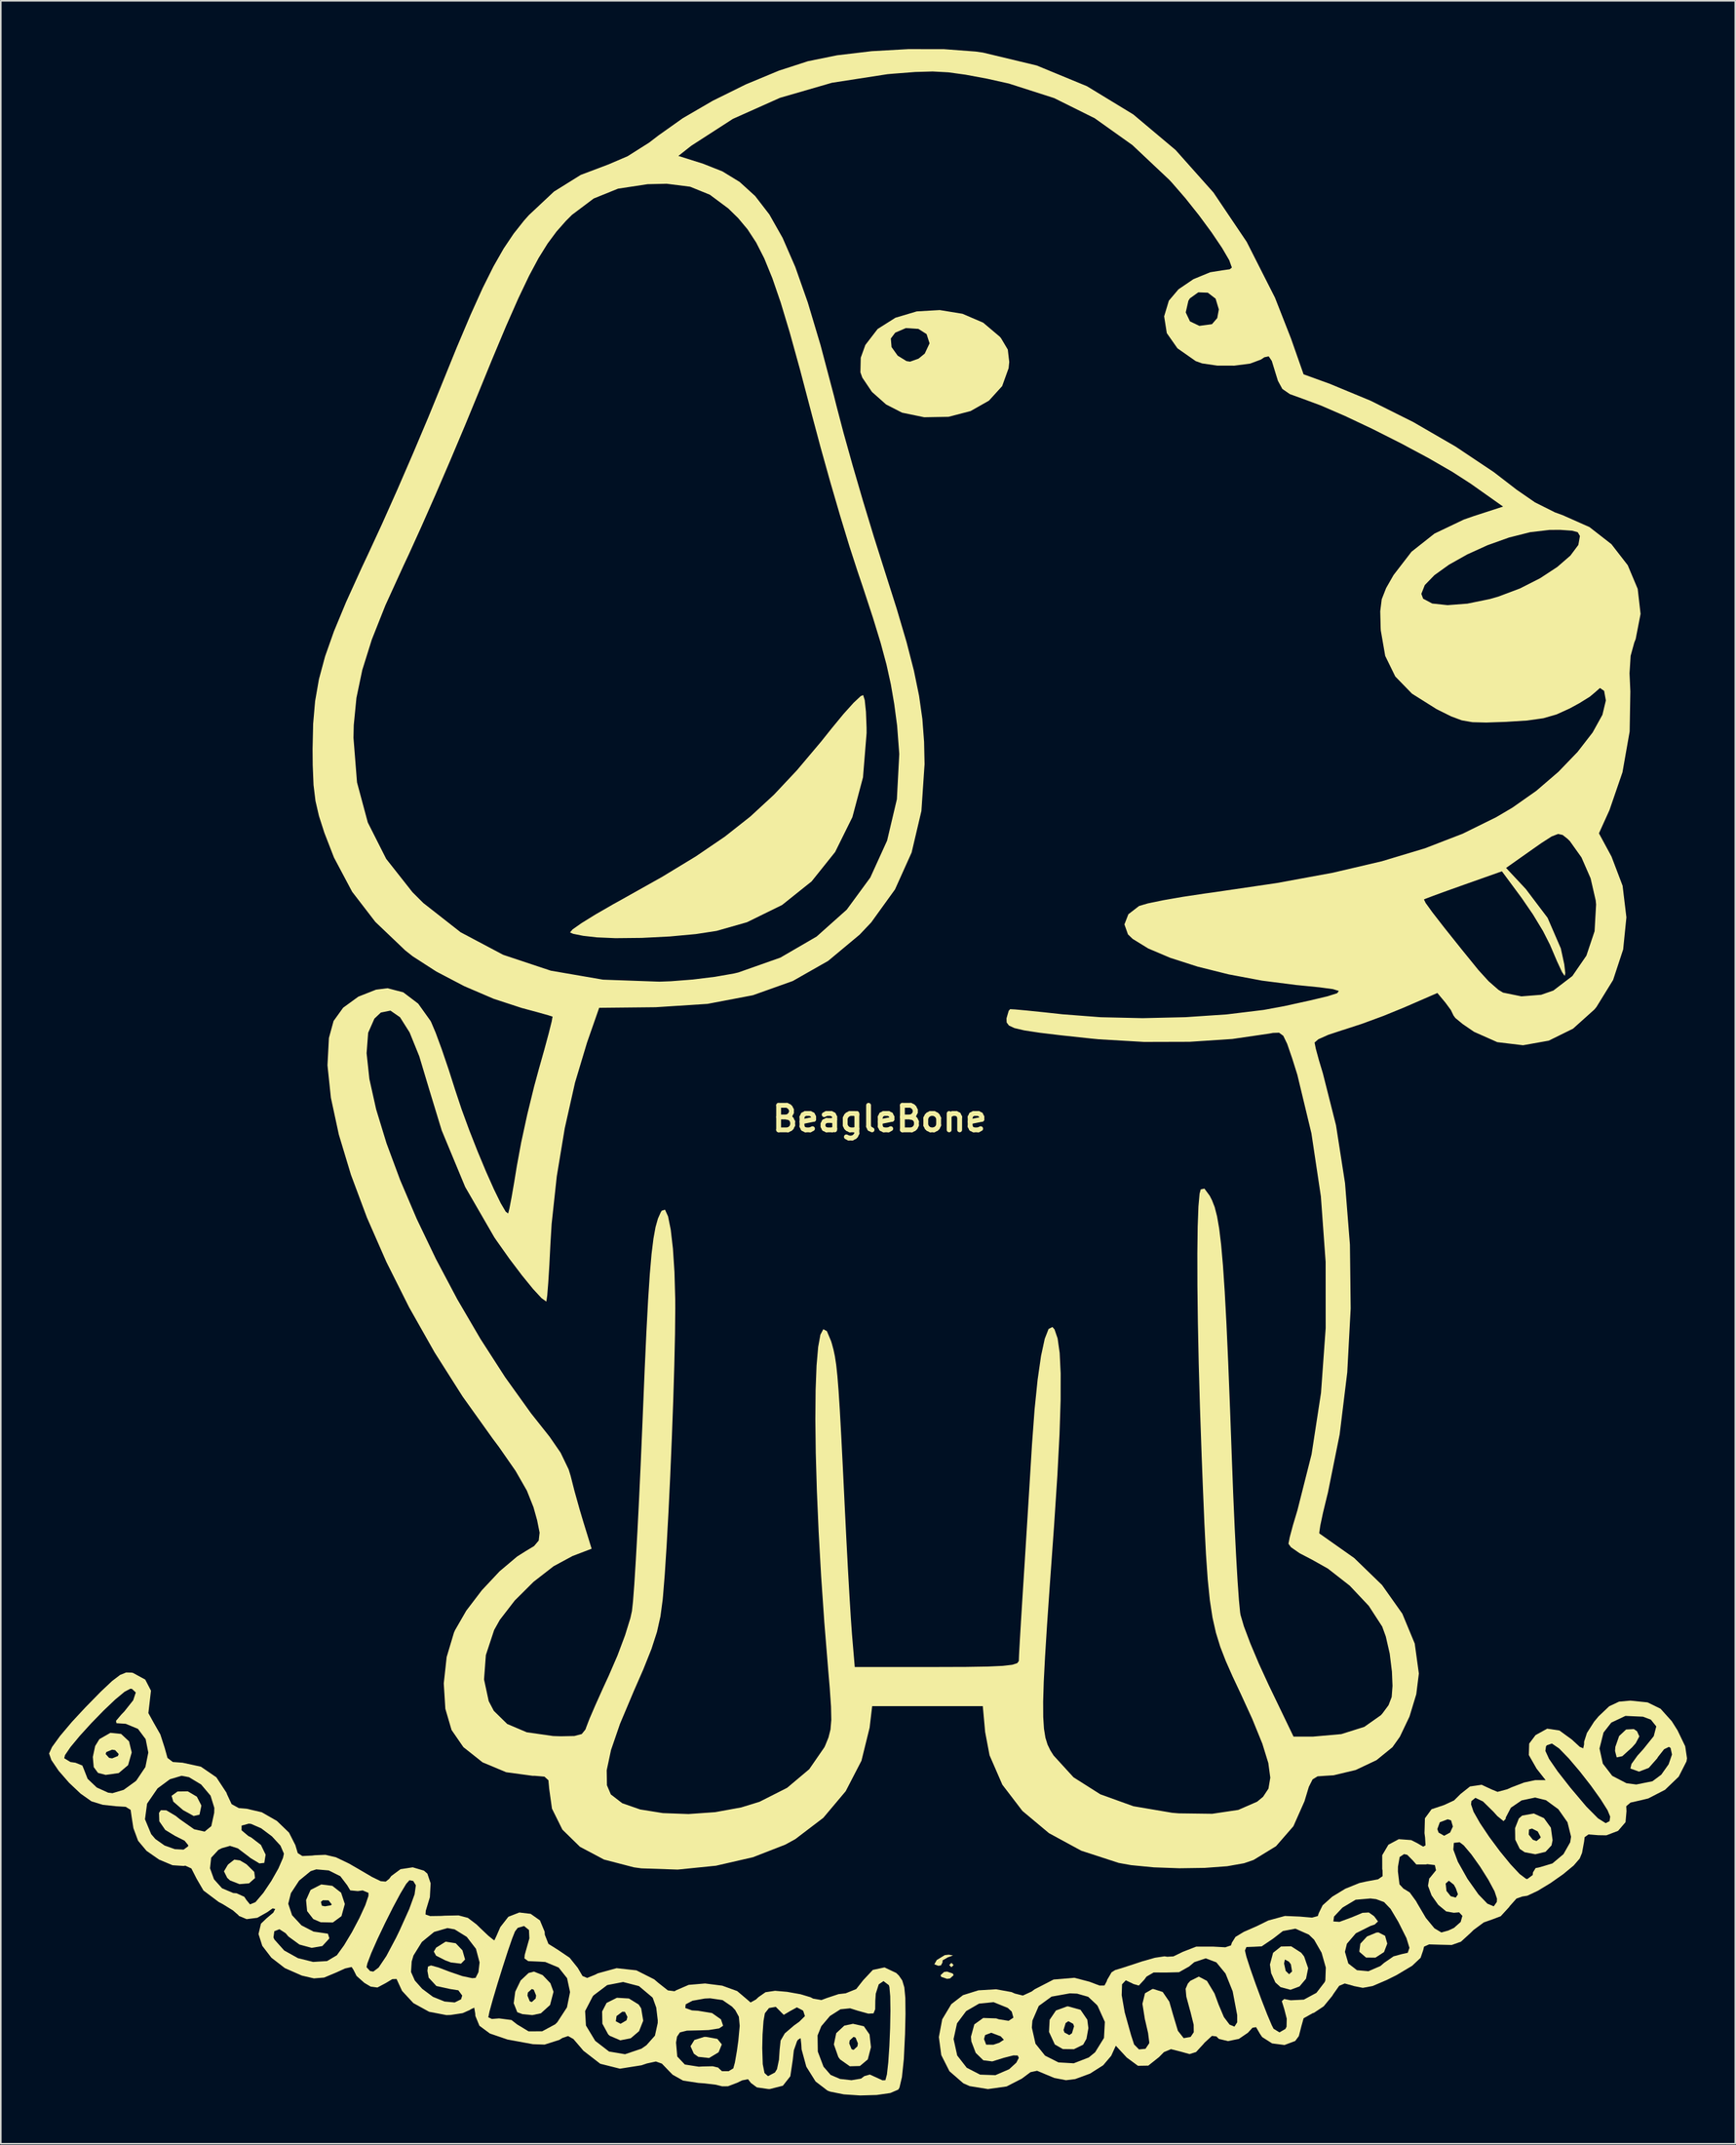
<source format=kicad_pcb>
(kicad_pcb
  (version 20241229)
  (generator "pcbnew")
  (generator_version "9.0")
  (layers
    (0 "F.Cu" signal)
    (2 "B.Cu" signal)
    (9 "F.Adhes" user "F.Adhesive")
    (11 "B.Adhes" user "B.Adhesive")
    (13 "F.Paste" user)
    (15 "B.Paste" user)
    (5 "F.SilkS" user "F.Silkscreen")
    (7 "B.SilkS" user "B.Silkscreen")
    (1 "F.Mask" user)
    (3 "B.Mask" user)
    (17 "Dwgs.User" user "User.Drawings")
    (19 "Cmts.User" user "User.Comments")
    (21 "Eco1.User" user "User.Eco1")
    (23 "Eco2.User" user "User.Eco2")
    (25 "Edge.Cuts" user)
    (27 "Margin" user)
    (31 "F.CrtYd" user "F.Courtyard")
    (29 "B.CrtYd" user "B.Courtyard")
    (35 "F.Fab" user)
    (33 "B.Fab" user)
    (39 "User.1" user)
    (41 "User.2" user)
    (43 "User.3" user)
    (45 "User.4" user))
  (footprint "BeagleBone"
    (layer "F.Cu")
    (at 51.611 66.426)
    (property "Reference" "BeagleBone" (at 0 0 0) (layer "F.SilkS") (effects (font (size 1.524 1.524) (thickness 0.3))))
    (attr board_only exclude_from_pos_files exclude_from_bom)
    (fp_poly (pts (xy 4.594 52.556) (xy 4.459 52.691) (xy 4.323 52.556) (xy 4.459 52.421)) (stroke (width 0) (type solid)) (fill yes) (layer "F.SilkS"))
    (fp_poly (pts (xy 4.548 53.084) (xy 4.594 53.187) (xy 4.374 53.387) (xy 4.188 53.412) (xy 3.828 53.29) (xy 3.783 53.187) (xy 4.002 52.987) (xy 4.188 52.962)) (stroke (width 0) (type solid)) (fill yes) (layer "F.SilkS"))
    (fp_poly (pts (xy -26.343 51.203) (xy -25.925 51.64) (xy -25.761 52.211) (xy -26.015 52.47) (xy -26.644 52.394) (xy -26.986 52.266) (xy -27.563 51.974) (xy -27.704 51.721) (xy -27.561 51.475) (xy -26.971 51.105)) (stroke (width 0) (type solid)) (fill yes) (layer "F.SilkS"))
    (fp_poly (pts (xy -10.085 57.142) (xy -9.808 57.484) (xy -10.008 57.972) (xy -10.6 58.329) (xy -11.269 58.256) (xy -11.544 58.063) (xy -11.752 57.597) (xy -11.511 57.208) (xy -10.907 57.018) (xy -10.796 57.015)) (stroke (width 0) (type solid)) (fill yes) (layer "F.SilkS"))
    (fp_poly (pts (xy 4.558 51.957) (xy 4.31 52.052) (xy 4.253 52.068) (xy 3.914 52.262) (xy 3.903 52.397) (xy 3.809 52.577) (xy 3.64 52.601) (xy 3.398 52.509) (xy 3.55 52.241) (xy 4.047 51.94) (xy 4.289 51.912)) (stroke (width 0) (type solid)) (fill yes) (layer "F.SilkS"))
    (fp_poly (pts (xy 47.06 38.035) (xy 47.206 38.356) (xy 46.979 38.783) (xy 46.75 39.042) (xy 46.148 39.586) (xy 45.8 39.659) (xy 45.696 39.26) (xy 45.716 39.005) (xy 45.952 38.331) (xy 46.382 37.929) (xy 46.866 37.902)) (stroke (width 0) (type solid)) (fill yes) (layer "F.SilkS"))
    (fp_poly (pts (xy -42.428 42.1) (xy -42.156 42.63) (xy -42.153 42.687) (xy -42.265 43.217) (xy -42.626 43.299) (xy -43.272 42.941) (xy -43.305 42.917) (xy -43.893 42.405) (xy -43.999 42.047) (xy -43.639 41.785) (xy -43.62 41.778) (xy -42.991 41.769)) (stroke (width 0) (type solid)) (fill yes) (layer "F.SilkS"))
    (fp_poly (pts (xy -39.747 46.058) (xy -39.341 46.3) (xy -38.863 46.772) (xy -38.813 47.153) (xy -39.184 47.481) (xy -39.782 47.53) (xy -40.369 47.3) (xy -40.543 47.139) (xy -40.743 46.736) (xy -40.51 46.34) (xy -40.457 46.286) (xy -40.103 46.01)) (stroke (width 0) (type solid)) (fill yes) (layer "F.SilkS"))
    (fp_poly (pts (xy 31.407 50.741) (xy 31.543 51.223) (xy 31.342 51.748) (xy 31.342 51.749) (xy 30.808 52.095) (xy 30.226 52.092) (xy 29.823 51.746) (xy 29.806 51.707) (xy 29.871 51.229) (xy 30.283 50.782) (xy 30.868 50.539) (xy 30.999 50.53)) (stroke (width 0) (type solid)) (fill yes) (layer "F.SilkS"))
    (fp_poly (pts (xy -47.136 38.203) (xy -46.643 38.663) (xy -46.477 39.351) (xy -46.702 40.142) (xy -47.286 40.635) (xy -48.095 40.747) (xy -48.571 40.623) (xy -48.837 40.263) (xy -48.893 39.633) (xy -48.854 39.451) (xy -48.098 39.451) (xy -47.879 39.691) (xy -47.693 39.721) (xy -47.333 39.575) (xy -47.287 39.451) (xy -47.506 39.211) (xy -47.693 39.181) (xy -48.052 39.327) (xy -48.098 39.451) (xy -48.854 39.451) (xy -48.749 38.957) (xy -48.484 38.525) (xy -47.801 38.135)) (stroke (width 0) (type solid)) (fill yes) (layer "F.SilkS"))
    (fp_poly (pts (xy -34.012 47.636) (xy -33.465 48.064) (xy -33.236 48.758) (xy -33.236 48.773) (xy -33.442 49.52) (xy -33.981 49.913) (xy -34.736 49.898) (xy -35.195 49.698) (xy -35.577 49.205) (xy -35.632 48.634) (xy -34.72 48.634) (xy -34.661 48.869) (xy -34.468 48.909) (xy -34.097 48.846) (xy -34.047 48.789) (xy -34.245 48.537) (xy -34.601 48.532) (xy -34.72 48.634) (xy -35.632 48.634) (xy -35.642 48.521) (xy -35.37 47.909) (xy -35.344 47.882) (xy -34.698 47.55)) (stroke (width 0) (type solid)) (fill yes) (layer "F.SilkS"))
    (fp_poly (pts (xy -15.582 54.632) (xy -14.974 55.008) (xy -14.818 55.247) (xy -14.692 56.012) (xy -14.95 56.662) (xy -15.466 57.101) (xy -16.115 57.23) (xy -16.772 56.949) (xy -16.869 56.86) (xy -17.229 56.198) (xy -17.232 56.048) (xy -16.395 56.048) (xy -16.1 56.204) (xy -15.728 55.987) (xy -15.672 55.776) (xy -15.829 55.461) (xy -15.993 55.456) (xy -16.35 55.724) (xy -16.395 56.048) (xy -17.232 56.048) (xy -17.244 55.439) (xy -16.969 54.907) (xy -16.326 54.587)) (stroke (width 0) (type solid)) (fill yes) (layer "F.SilkS"))
    (fp_poly (pts (xy -0.982 56.357) (xy -0.629 56.864) (xy -0.54 57.658) (xy -0.738 58.416) (xy -1.228 58.826) (xy -1.854 58.842) (xy -2.458 58.417) (xy -2.568 58.267) (xy -2.844 57.485) (xy -2.83 57.42) (xy -1.891 57.42) (xy -1.746 57.78) (xy -1.621 57.826) (xy -1.382 57.607) (xy -1.351 57.42) (xy -1.497 57.061) (xy -1.621 57.015) (xy -1.861 57.234) (xy -1.891 57.42) (xy -2.83 57.42) (xy -2.698 56.786) (xy -2.195 56.317) (xy -1.657 56.204)) (stroke (width 0) (type solid)) (fill yes) (layer "F.SilkS"))
    (fp_poly (pts (xy 26.197 51.793) (xy 26.378 52.027) (xy 26.627 52.751) (xy 26.495 53.403) (xy 26.092 53.883) (xy 25.529 54.092) (xy 24.915 53.929) (xy 24.589 53.636) (xy 24.327 53.059) (xy 24.252 52.525) (xy 24.27 52.457) (xy 25.13 52.457) (xy 25.23 52.917) (xy 25.442 53.125) (xy 25.627 52.955) (xy 25.553 52.51) (xy 25.43 52.344) (xy 25.182 52.213) (xy 25.13 52.457) (xy 24.27 52.457) (xy 24.449 51.794) (xy 24.94 51.404) (xy 25.573 51.392)) (stroke (width 0) (type solid)) (fill yes) (layer "F.SilkS"))
    (fp_poly (pts (xy -20.941 53.181) (xy -20.461 53.683) (xy -20.266 54.215) (xy -20.481 55.037) (xy -21.05 55.552) (xy -21.581 55.664) (xy -22.197 55.605) (xy -22.518 55.484) (xy -22.74 54.927) (xy -22.676 54.448) (xy -21.887 54.448) (xy -21.741 54.807) (xy -21.617 54.853) (xy -21.377 54.634) (xy -21.347 54.448) (xy -21.493 54.088) (xy -21.617 54.043) (xy -21.857 54.261) (xy -21.887 54.448) (xy -22.676 54.448) (xy -22.643 54.205) (xy -22.308 53.513) (xy -21.815 53.049) (xy -21.482 52.962)) (stroke (width 0) (type solid)) (fill yes) (layer "F.SilkS"))
    (fp_poly (pts (xy 12.484 55.337) (xy 12.903 55.951) (xy 12.97 56.474) (xy 12.852 57.133) (xy 12.646 57.501) (xy 12.068 57.783) (xy 11.382 57.773) (xy 10.884 57.488) (xy 10.523 56.706) (xy 10.529 56.59) (xy 11.427 56.59) (xy 11.484 56.745) (xy 11.783 56.905) (xy 11.95 56.792) (xy 12.081 56.359) (xy 12.024 56.204) (xy 11.726 56.044) (xy 11.558 56.157) (xy 11.427 56.59) (xy 10.529 56.59) (xy 10.564 55.954) (xy 10.955 55.378) (xy 11.643 55.125) (xy 11.716 55.123)) (stroke (width 0) (type solid)) (fill yes) (layer "F.SilkS"))
    (fp_poly (pts (xy 41.281 43.434) (xy 41.709 44.027) (xy 41.816 44.805) (xy 41.748 45.126) (xy 41.377 45.525) (xy 40.744 45.675) (xy 40.081 45.549) (xy 39.775 45.342) (xy 39.495 44.768) (xy 39.49 44.451) (xy 40.331 44.451) (xy 40.589 44.774) (xy 40.818 44.855) (xy 41.067 44.651) (xy 41.072 44.601) (xy 40.893 44.26) (xy 40.54 44.08) (xy 40.352 44.135) (xy 40.331 44.451) (xy 39.49 44.451) (xy 39.483 44.054) (xy 39.719 43.454) (xy 39.924 43.275) (xy 40.647 43.144)) (stroke (width 0) (type solid)) (fill yes) (layer "F.SilkS"))
    (fp_poly (pts (xy -0.927 -25.998) (xy -0.852 -25.28) (xy -0.813 -24.295) (xy -0.811 -23.955) (xy -1.035 -21.203) (xy -1.694 -18.731) (xy -2.765 -16.567) (xy -4.229 -14.739) (xy -6.063 -13.275) (xy -8.246 -12.203) (xy -10.133 -11.666) (xy -11.42 -11.469) (xy -13.037 -11.32) (xy -14.775 -11.232) (xy -16.423 -11.215) (xy -17.564 -11.264) (xy -18.42 -11.36) (xy -19.042 -11.484) (xy -19.24 -11.568) (xy -19.085 -11.756) (xy -18.531 -12.146) (xy -17.656 -12.688) (xy -16.54 -13.331) (xy -16.039 -13.608) (xy -13.525 -15.018) (xy -11.415 -16.298) (xy -9.616 -17.523) (xy -8.033 -18.771) (xy -6.573 -20.118) (xy -5.141 -21.641) (xy -3.643 -23.416) (xy -2.985 -24.239) (xy -2.246 -25.137) (xy -1.619 -25.833) (xy -1.182 -26.242) (xy -1.026 -26.312)) (stroke (width 0) (type solid)) (fill yes) (layer "F.SilkS"))
    (fp_poly (pts (xy 5.148 -49.989) (xy 6.433 -49.438) (xy 7.472 -48.56) (xy 7.545 -48.47) (xy 7.963 -47.766) (xy 8.052 -46.997) (xy 8.014 -46.612) (xy 7.612 -45.497) (xy 6.793 -44.596) (xy 5.65 -43.948) (xy 4.277 -43.591) (xy 2.768 -43.564) (xy 1.393 -43.849) (xy 0.402 -44.357) (xy -0.48 -45.139) (xy -1.078 -46.025) (xy -1.195 -46.354) (xy -1.175 -47.262) (xy -0.889 -48.054) (xy -0.581 -48.454) (xy 0.694 -48.454) (xy 0.739 -47.923) (xy 1.119 -47.39) (xy 1.666 -47.052) (xy 1.891 -47.017) (xy 2.418 -47.205) (xy 2.802 -47.518) (xy 3.101 -48.154) (xy 2.917 -48.728) (xy 2.407 -49.052) (xy 1.626 -49.101) (xy 0.966 -48.816) (xy 0.694 -48.454) (xy -0.581 -48.454) (xy -0.124 -49.047) (xy 0.98 -49.744) (xy 2.304 -50.137) (xy 3.733 -50.22)) (stroke (width 0) (type solid)) (fill yes) (layer "F.SilkS"))
    (fp_poly (pts (xy 47.718 36.244) (xy 48.524 36.638) (xy 49.22 37.412) (xy 49.579 37.98) (xy 50.057 38.97) (xy 50.168 39.72) (xy 50.135 39.912) (xy 49.653 40.857) (xy 48.804 41.673) (xy 47.763 42.209) (xy 47.349 42.31) (xy 46.66 42.466) (xy 46.393 42.691) (xy 46.408 43.002) (xy 46.348 43.684) (xy 45.886 44.222) (xy 45.16 44.499) (xy 44.656 44.492) (xy 44.049 44.443) (xy 43.807 44.615) (xy 43.774 44.89) (xy 43.646 45.59) (xy 43.501 45.941) (xy 43.127 46.374) (xy 42.471 46.916) (xy 41.676 47.473) (xy 40.886 47.95) (xy 40.245 48.251) (xy 39.928 48.301) (xy 39.57 48.428) (xy 39.156 48.892) (xy 39.117 48.952) (xy 38.592 49.525) (xy 38.077 49.719) (xy 37.541 49.908) (xy 36.903 50.379) (xy 36.722 50.558) (xy 36.122 51.105) (xy 35.548 51.31) (xy 34.858 51.294) (xy 34.143 51.272) (xy 33.828 51.413) (xy 33.777 51.629) (xy 33.615 52.105) (xy 33.089 52.602) (xy 32.136 53.171) (xy 31.501 53.488) (xy 30.634 53.858) (xy 30.023 53.971) (xy 29.471 53.861) (xy 29.418 53.842) (xy 28.901 53.701) (xy 28.555 53.845) (xy 28.187 54.366) (xy 28.127 54.467) (xy 27.593 55.118) (xy 26.986 55.523) (xy 26.9 55.549) (xy 26.344 55.862) (xy 26.211 56.336) (xy 26.049 56.967) (xy 25.822 57.272) (xy 25.156 57.521) (xy 24.387 57.422) (xy 23.768 57.027) (xy 23.631 56.825) (xy 23.391 56.413) (xy 23.167 56.449) (xy 22.885 56.758) (xy 22.324 57.141) (xy 21.647 57.279) (xy 21.081 57.143) (xy 20.923 56.986) (xy 20.648 56.955) (xy 20.186 57.379) (xy 20.122 57.458) (xy 19.661 57.958) (xy 19.258 58.085) (xy 18.715 57.934) (xy 18.102 57.779) (xy 17.664 57.963) (xy 17.36 58.272) (xy 16.693 58.802) (xy 16.051 58.813) (xy 15.357 58.302) (xy 15.295 58.236) (xy 14.674 57.565) (xy 14.388 58.193) (xy 13.891 58.778) (xy 13.073 59.298) (xy 12.147 59.638) (xy 11.578 59.707) (xy 10.851 59.567) (xy 10.276 59.328) (xy 9.784 59.121) (xy 9.373 59.208) (xy 8.837 59.608) (xy 7.887 60.096) (xy 6.728 60.258) (xy 5.595 60.075) (xy 5.199 59.899) (xy 4.336 59.149) (xy 3.829 58.146) (xy 3.696 57.15) (xy 4.594 57.15) (xy 4.819 58.172) (xy 5.41 58.932) (xy 6.243 59.362) (xy 7.193 59.394) (xy 8.046 59.026) (xy 8.493 58.618) (xy 8.647 58.319) (xy 8.581 58.173) (xy 8.31 58.166) (xy 7.724 58.314) (xy 6.998 58.54) (xy 6.444 58.471) (xy 5.969 58.009) (xy 5.698 57.297) (xy 5.686 57.15) (xy 6.485 57.15) (xy 6.618 57.5) (xy 7.069 57.503) (xy 7.431 57.383) (xy 7.719 57.195) (xy 7.521 56.981) (xy 6.932 56.76) (xy 6.554 56.904) (xy 6.485 57.15) (xy 5.686 57.15) (xy 5.674 57.005) (xy 5.829 56.437) (xy 9.457 56.437) (xy 9.684 57.442) (xy 10.277 58.181) (xy 11.112 58.602) (xy 12.06 58.657) (xy 12.995 58.295) (xy 13.388 57.973) (xy 13.94 57.082) (xy 13.994 56.086) (xy 13.546 55.096) (xy 13.491 55.025) (xy 12.958 54.527) (xy 12.603 54.426) (xy 15.04 54.426) (xy 15.227 55.492) (xy 15.623 56.912) (xy 15.811 57.488) (xy 16.116 57.796) (xy 16.518 57.758) (xy 16.75 57.413) (xy 16.753 57.351) (xy 16.68 56.773) (xy 16.503 56.006) (xy 16.484 55.938) (xy 16.329 54.962) (xy 16.489 54.309) (xy 16.947 54.045) (xy 17.009 54.043) (xy 17.589 54.228) (xy 17.999 54.83) (xy 18.239 55.664) (xy 18.532 56.639) (xy 18.892 57.095) (xy 19.31 57.023) (xy 19.336 57.001) (xy 19.519 56.727) (xy 19.513 56.262) (xy 19.314 55.459) (xy 19.279 55.34) (xy 19.056 54.516) (xy 19.013 54.03) (xy 19.152 53.706) (xy 19.304 53.538) (xy 19.831 53.273) (xy 20.336 53.538) (xy 20.808 54.322) (xy 21.061 55.008) (xy 21.389 55.783) (xy 21.744 56.255) (xy 22.047 56.38) (xy 22.218 56.112) (xy 22.217 55.664) (xy 21.937 54.188) (xy 21.493 53.084) (xy 20.922 52.388) (xy 20.263 52.139) (xy 19.552 52.376) (xy 19.234 52.643) (xy 18.601 53.001) (xy 17.767 53.021) (xy 17.026 53.016) (xy 16.584 53.272) (xy 16.446 53.461) (xy 16.103 53.83) (xy 15.755 53.728) (xy 15.74 53.716) (xy 15.296 53.503) (xy 15.063 53.751) (xy 15.04 54.426) (xy 12.603 54.426) (xy 12.268 54.331) (xy 11.82 54.313) (xy 10.68 54.517) (xy 9.886 55.097) (xy 9.492 56.008) (xy 9.457 56.437) (xy 5.829 56.437) (xy 5.882 56.241) (xy 6.437 55.842) (xy 7.242 55.869) (xy 7.404 55.924) (xy 8.014 56.019) (xy 8.312 55.823) (xy 8.207 55.447) (xy 7.961 55.218) (xy 7.081 54.861) (xy 6.178 54.951) (xy 5.377 55.414) (xy 4.807 56.177) (xy 4.594 57.15) (xy 3.696 57.15) (xy 3.68 57.026) (xy 3.888 55.926) (xy 4.454 54.983) (xy 5.179 54.425) (xy 6.137 54.126) (xy 7.234 54.06) (xy 8.198 54.235) (xy 8.402 54.326) (xy 8.9 54.45) (xy 9.444 54.2) (xy 9.628 54.063) (xy 10.809 53.455) (xy 12.101 53.347) (xy 13.036 53.591) (xy 13.667 53.83) (xy 13.971 53.826) (xy 14.113 53.562) (xy 14.135 53.479) (xy 14.413 53.005) (xy 14.633 52.868) (xy 15.089 52.73) (xy 15.843 52.485) (xy 16.31 52.329) (xy 17.106 52.103) (xy 17.698 52.015) (xy 17.875 52.041) (xy 18.256 52.018) (xy 18.821 51.744) (xy 18.829 51.738) (xy 19.05 51.653) (xy 22.698 51.653) (xy 22.789 52.038) (xy 23.028 52.776) (xy 23.359 53.718) (xy 23.729 54.717) (xy 24.082 55.624) (xy 24.364 56.29) (xy 24.479 56.514) (xy 24.845 56.737) (xy 25.213 56.523) (xy 25.284 56.386) (xy 25.296 55.885) (xy 25.146 55.301) (xy 24.99 54.798) (xy 25.137 54.665) (xy 25.542 54.744) (xy 26.36 54.703) (xy 27.14 54.282) (xy 27.658 53.609) (xy 27.696 53.505) (xy 27.724 52.713) (xy 27.461 51.789) (xy 26.997 50.982) (xy 26.67 50.666) (xy 25.834 50.296) (xy 25.058 50.444) (xy 24.452 50.913) (xy 23.74 51.395) (xy 23.249 51.421) (xy 22.79 51.438) (xy 22.698 51.653) (xy 19.05 51.653) (xy 19.669 51.413) (xy 20.709 51.411) (xy 21.48 51.453) (xy 21.832 51.335) (xy 21.887 51.166) (xy 22.113 50.806) (xy 22.63 50.494) (xy 23.441 50.138) (xy 24.031 49.848) (xy 28.192 49.848) (xy 28.575 49.874) (xy 29.339 49.592) (xy 30.004 49.313) (xy 30.397 49.291) (xy 30.718 49.518) (xy 30.73 49.529) (xy 30.967 49.848) (xy 30.764 50.038) (xy 30.497 50.129) (xy 29.591 50.583) (xy 29.034 51.233) (xy 28.913 51.734) (xy 29.123 52.459) (xy 29.658 52.875) (xy 30.372 52.94) (xy 31.121 52.615) (xy 31.345 52.421) (xy 31.933 52.016) (xy 32.426 51.881) (xy 32.816 51.794) (xy 32.922 51.486) (xy 32.735 50.882) (xy 32.247 49.911) (xy 32.217 49.854) (xy 31.747 49.066) (xy 31.343 48.645) (xy 30.851 48.464) (xy 30.498 48.421) (xy 29.577 48.5) (xy 28.772 48.981) (xy 28.742 49.006) (xy 28.235 49.546) (xy 28.192 49.848) (xy 24.031 49.848) (xy 24.146 49.791) (xy 25.185 49.507) (xy 26.105 49.546) (xy 26.868 49.611) (xy 27.224 49.515) (xy 27.291 49.322) (xy 27.525 48.846) (xy 28.124 48.31) (xy 28.938 47.815) (xy 29.817 47.46) (xy 30.273 47.36) (xy 30.97 47.232) (xy 31.253 47.036) (xy 31.249 46.747) (xy 32.204 46.747) (xy 32.301 47.542) (xy 32.564 47.827) (xy 32.586 47.828) (xy 32.939 48.048) (xy 33.334 48.589) (xy 33.397 48.706) (xy 33.941 49.629) (xy 34.472 50.273) (xy 34.899 50.529) (xy 34.917 50.53) (xy 35.335 50.413) (xy 35.686 50.25) (xy 36.104 49.881) (xy 36.211 49.502) (xy 36.007 49.281) (xy 35.681 49.31) (xy 35.206 49.227) (xy 34.709 48.815) (xy 34.296 48.23) (xy 34.073 47.632) (xy 34.097 47.492) (xy 35.172 47.492) (xy 35.221 47.951) (xy 35.485 48.281) (xy 35.797 48.368) (xy 35.934 48.165) (xy 35.801 47.784) (xy 35.679 47.565) (xy 35.371 47.32) (xy 35.172 47.492) (xy 34.097 47.492) (xy 34.149 47.179) (xy 34.206 47.122) (xy 34.572 46.67) (xy 34.5 46.348) (xy 34.034 46.29) (xy 33.94 46.31) (xy 33.347 46.308) (xy 33.138 46.069) (xy 32.786 45.711) (xy 32.586 45.666) (xy 32.312 45.848) (xy 32.207 46.446) (xy 32.204 46.747) (xy 31.249 46.747) (xy 31.248 46.672) (xy 31.23 46.595) (xy 31.229 45.734) (xy 31.434 45.387) (xy 35.648 45.387) (xy 35.928 46.138) (xy 36.511 47.175) (xy 36.539 47.22) (xy 37.212 48.172) (xy 37.766 48.745) (xy 38.16 48.909) (xy 38.351 48.637) (xy 38.362 48.436) (xy 38.208 47.974) (xy 37.824 47.26) (xy 37.31 46.445) (xy 36.767 45.683) (xy 36.296 45.125) (xy 36.039 44.928) (xy 35.681 44.968) (xy 35.648 45.387) (xy 31.434 45.387) (xy 31.613 45.084) (xy 32.256 44.739) (xy 33.029 44.795) (xy 33.38 44.972) (xy 33.775 45.203) (xy 33.921 45.121) (xy 33.892 44.63) (xy 33.856 44.36) (xy 33.864 44.112) (xy 34.653 44.112) (xy 34.731 44.329) (xy 35.078 44.528) (xy 35.449 44.326) (xy 35.62 43.955) (xy 35.508 43.57) (xy 35.299 43.504) (xy 34.807 43.69) (xy 34.653 44.112) (xy 33.864 44.112) (xy 33.883 43.442) (xy 34.294 42.88) (xy 35.089 42.614) (xy 35.164 42.578) (xy 36.749 42.578) (xy 36.904 43.037) (xy 37.311 43.751) (xy 37.886 44.607) (xy 38.544 45.492) (xy 39.2 46.295) (xy 39.769 46.902) (xy 40.167 47.201) (xy 40.248 47.213) (xy 40.579 46.967) (xy 40.599 46.798) (xy 40.762 46.534) (xy 41.036 46.477) (xy 41.805 46.246) (xy 42.49 45.672) (xy 42.91 44.933) (xy 42.964 44.586) (xy 42.742 43.689) (xy 42.174 42.88) (xy 41.406 42.318) (xy 40.732 42.153) (xy 39.888 42.332) (xy 39.223 42.786) (xy 38.906 43.394) (xy 38.9 43.479) (xy 38.767 43.617) (xy 38.379 43.301) (xy 38.137 43.031) (xy 37.492 42.397) (xy 37.02 42.171) (xy 36.773 42.371) (xy 36.749 42.578) (xy 35.164 42.578) (xy 35.696 42.33) (xy 36.096 41.933) (xy 36.685 41.466) (xy 37.408 41.361) (xy 38.03 41.651) (xy 38.396 41.8) (xy 38.996 41.64) (xy 39.273 41.516) (xy 40.051 41.219) (xy 40.726 41.075) (xy 40.795 41.072) (xy 41.382 41.072) (xy 40.822 40.36) (xy 40.34 39.514) (xy 40.348 39.256) (xy 41.367 39.256) (xy 41.597 39.755) (xy 42.131 40.531) (xy 42.922 41.541) (xy 43.915 42.716) (xy 44.64 43.446) (xy 45.114 43.744) (xy 45.355 43.623) (xy 45.396 43.34) (xy 45.232 42.942) (xy 44.802 42.26) (xy 44.197 41.415) (xy 43.507 40.53) (xy 42.823 39.724) (xy 42.237 39.121) (xy 42.224 39.109) (xy 44.731 39.109) (xy 44.938 40.047) (xy 45.523 40.807) (xy 46.407 41.265) (xy 47.017 41.343) (xy 48.02 41.143) (xy 48.568 40.735) (xy 49.027 40.087) (xy 49.235 39.481) (xy 49.147 39.073) (xy 49.044 39.008) (xy 48.744 39.154) (xy 48.365 39.635) (xy 48.313 39.723) (xy 47.791 40.313) (xy 47.185 40.544) (xy 46.659 40.354) (xy 46.651 40.346) (xy 46.718 40.068) (xy 47.088 39.553) (xy 47.453 39.149) (xy 48.102 38.341) (xy 48.259 37.736) (xy 47.923 37.317) (xy 47.434 37.133) (xy 46.343 37.083) (xy 45.464 37.499) (xy 44.981 38.117) (xy 44.731 39.109) (xy 42.224 39.109) (xy 42.222 39.106) (xy 41.775 38.8) (xy 41.469 38.902) (xy 41.407 38.971) (xy 41.367 39.256) (xy 40.348 39.256) (xy 40.362 38.803) (xy 40.756 38.277) (xy 41.481 37.876) (xy 42.24 37.989) (xy 43.017 38.556) (xy 43.505 39.006) (xy 43.72 39.098) (xy 43.773 38.851) (xy 43.774 38.687) (xy 43.95 38.142) (xy 44.396 37.442) (xy 44.671 37.113) (xy 45.334 36.485) (xy 45.943 36.198) (xy 46.647 36.135)) (stroke (width 0) (type solid)) (fill yes) (layer "F.SilkS"))
    (fp_poly (pts (xy -46.482 34.395) (xy -46.397 34.414) (xy -45.635 34.829) (xy -45.28 35.516) (xy -45.366 36.266) (xy -45.441 36.908) (xy -45.105 37.518) (xy -44.697 38.234) (xy -44.429 39.065) (xy -44.254 39.693) (xy -43.922 39.946) (xy -43.313 39.991) (xy -42.179 40.237) (xy -41.217 40.896) (xy -40.588 41.852) (xy -40.552 41.955) (xy -40.267 42.565) (xy -39.823 42.808) (xy -39.338 42.848) (xy -38.392 43.069) (xy -37.454 43.607) (xy -36.701 44.332) (xy -36.306 45.111) (xy -36.305 45.118) (xy -36.159 45.604) (xy -35.872 45.786) (xy -35.264 45.757) (xy -35.105 45.737) (xy -34.439 45.71) (xy -33.788 45.863) (xy -32.976 46.252) (xy -32.396 46.586) (xy -31.53 47.093) (xy -31.005 47.347) (xy -30.695 47.375) (xy -30.479 47.205) (xy -30.348 47.027) (xy -29.773 46.603) (xy -29.014 46.486) (xy -28.318 46.693) (xy -28.104 46.879) (xy -27.902 47.479) (xy -27.949 48.343) (xy -28.202 49.179) (xy -28.221 49.415) (xy -27.933 49.514) (xy -27.236 49.504) (xy -27.029 49.491) (xy -26.165 49.473) (xy -25.587 49.626) (xy -25.048 50.035) (xy -24.832 50.246) (xy -24.314 50.738) (xy -23.987 51.001) (xy -23.936 51.015) (xy -23.807 50.737) (xy -23.572 50.199) (xy -23.072 49.558) (xy -22.391 49.292) (xy -21.686 49.376) (xy -21.11 49.782) (xy -20.817 50.484) (xy -20.806 50.674) (xy -20.582 51.241) (xy -19.983 51.616) (xy -19.263 52.103) (xy -18.759 52.732) (xy -18.464 53.236) (xy -18.174 53.356) (xy -17.672 53.152) (xy -17.512 53.07) (xy -16.345 52.75) (xy -15.116 52.885) (xy -14.007 53.445) (xy -13.76 53.657) (xy -13.159 54.13) (xy -12.744 54.182) (xy -12.642 54.121) (xy -11.867 53.787) (xy -10.849 53.7) (xy -9.781 53.836) (xy -8.854 54.171) (xy -8.268 54.666) (xy -8.021 54.88) (xy -7.684 54.694) (xy -7.53 54.547) (xy -7.093 54.243) (xy -6.499 54.155) (xy -5.747 54.22) (xy -4.916 54.369) (xy -4.295 54.555) (xy -4.138 54.639) (xy -3.618 54.729) (xy -3.278 54.602) (xy -2.552 54.361) (xy -2.112 54.311) (xy -1.455 54.046) (xy -1.026 53.5) (xy -0.424 52.858) (xy 0.301 52.702) (xy 1.031 53.048) (xy 1.198 53.212) (xy 1.404 53.513) (xy 1.533 53.941) (xy 1.596 54.602) (xy 1.606 55.602) (xy 1.577 56.847) (xy 1.503 58.389) (xy 1.385 59.513) (xy 1.231 60.168) (xy 1.157 60.29) (xy 0.662 60.503) (xy -0.187 60.625) (xy -1.211 60.654) (xy -2.231 60.586) (xy -3.067 60.418) (xy -3.236 60.357) (xy -3.983 59.785) (xy -4.557 58.867) (xy -4.851 57.792) (xy -4.868 57.496) (xy -4.91 57.097) (xy -5.068 57.188) (xy -5.134 57.285) (xy -5.333 57.853) (xy -5.4 58.451) (xy -5.551 59.462) (xy -6.014 60.05) (xy -6.822 60.256) (xy -6.908 60.257) (xy -7.63 60.153) (xy -7.998 59.88) (xy -7.999 59.878) (xy -8.179 59.645) (xy -8.543 59.716) (xy -8.849 59.864) (xy -9.426 60.084) (xy -9.783 60.088) (xy -10.171 59.989) (xy -10.889 59.903) (xy -11.264 59.876) (xy -12.214 59.731) (xy -12.863 59.367) (xy -13.118 59.107) (xy -13.532 58.677) (xy -13.905 58.546) (xy -14.464 58.667) (xy -14.798 58.78) (xy -16.14 58.992) (xy -17.362 58.686) (xy -18.409 57.877) (xy -18.555 57.703) (xy -19.031 57.149) (xy -19.36 56.965) (xy -19.718 57.086) (xy -19.905 57.204) (xy -20.824 57.496) (xy -21.546 57.471) (xy -23.128 57.18) (xy -24.22 56.807) (xy -24.869 56.327) (xy -25.086 55.802) (xy -24.319 55.802) (xy -24.094 55.905) (xy -23.65 55.869) (xy -22.879 55.969) (xy -22.528 56.243) (xy -21.814 56.674) (xy -20.968 56.669) (xy -20.166 56.238) (xy -20.032 56.108) (xy -19.578 55.412) (xy -18.302 55.412) (xy -18.251 56.312) (xy -17.675 57.264) (xy -17.675 57.264) (xy -16.812 57.929) (xy -15.822 58.094) (xy -14.804 57.751) (xy -14.493 57.536) (xy -14.344 57.369) (xy -12.652 57.369) (xy -12.577 58.234) (xy -12.106 58.733) (xy -11.235 58.869) (xy -11.026 58.855) (xy -10.371 58.841) (xy -10.018 58.928) (xy -9.998 58.967) (xy -9.794 59.149) (xy -9.389 59.148) (xy -9.095 58.974) (xy -8.996 58.613) (xy -8.871 57.893) (xy -8.846 57.713) (xy -7.296 57.713) (xy -7.264 58.712) (xy -7.155 59.26) (xy -6.95 59.445) (xy -6.919 59.447) (xy -6.507 59.228) (xy -6.379 59.019) (xy -6.256 58.435) (xy -6.215 57.814) (xy -6.154 57.246) (xy -5.969 56.928) (xy -3.858 56.928) (xy -3.843 57.931) (xy -3.489 58.867) (xy -3.044 59.379) (xy -2.461 59.629) (xy -1.751 59.708) (xy -1.155 59.608) (xy -0.949 59.452) (xy -0.609 59.356) (xy -0.27 59.51) (xy 0.177 59.715) (xy 0.357 59.707) (xy 0.452 59.349) (xy 0.536 58.595) (xy 0.604 57.589) (xy 0.65 56.474) (xy 0.67 55.395) (xy 0.657 54.496) (xy 0.607 53.921) (xy 0.571 53.805) (xy 0.238 53.552) (xy -0.057 53.756) (xy -0.242 54.336) (xy -0.27 54.766) (xy -0.277 55.299) (xy -0.381 55.556) (xy -0.702 55.574) (xy -1.362 55.391) (xy -1.834 55.242) (xy -2.436 55.303) (xy -3.088 55.719) (xy -3.624 56.351) (xy -3.858 56.928) (xy -5.969 56.928) (xy -5.895 56.799) (xy -5.323 56.31) (xy -4.999 56.078) (xy -4.643 55.727) (xy -4.746 55.41) (xy -4.785 55.369) (xy -5.144 55.184) (xy -5.572 55.419) (xy -5.958 55.648) (xy -6.145 55.466) (xy -6.146 55.461) (xy -6.455 55.151) (xy -6.876 55.225) (xy -7.132 55.551) (xy -7.218 56.035) (xy -7.277 56.866) (xy -7.296 57.713) (xy -8.846 57.713) (xy -8.781 57.245) (xy -8.696 56.333) (xy -8.749 55.765) (xy -8.974 55.353) (xy -9.174 55.136) (xy -9.762 54.732) (xy -10.535 54.62) (xy -10.87 54.636) (xy -11.635 54.773) (xy -12.053 54.995) (xy -12.077 55.222) (xy -11.663 55.372) (xy -11.29 55.394) (xy -10.413 55.539) (xy -9.86 55.929) (xy -9.727 56.326) (xy -9.973 56.49) (xy -10.621 56.591) (xy -11.146 56.61) (xy -11.975 56.629) (xy -12.409 56.736) (xy -12.591 57.003) (xy -12.652 57.369) (xy -14.344 57.369) (xy -13.963 56.94) (xy -13.791 56.157) (xy -13.789 55.982) (xy -13.882 55.199) (xy -14.096 54.604) (xy -14.127 54.56) (xy -14.957 53.863) (xy -15.94 53.609) (xy -16.929 53.8) (xy -17.777 54.439) (xy -17.831 54.505) (xy -18.302 55.412) (xy -19.578 55.412) (xy -19.43 55.184) (xy -19.238 54.234) (xy -19.423 53.371) (xy -19.948 52.71) (xy -20.78 52.364) (xy -21.187 52.34) (xy -21.839 52.312) (xy -22.073 52.141) (xy -22.054 51.922) (xy -21.875 51.286) (xy -21.766 50.9) (xy -21.791 50.379) (xy -22.096 50.131) (xy -22.49 50.247) (xy -22.662 50.472) (xy -22.834 50.905) (xy -23.103 51.686) (xy -23.422 52.674) (xy -23.749 53.723) (xy -24.037 54.69) (xy -24.242 55.431) (xy -24.319 55.802) (xy -25.086 55.802) (xy -25.122 55.714) (xy -25.13 55.568) (xy -25.192 55.202) (xy -25.429 55.315) (xy -25.454 55.34) (xy -25.913 55.543) (xy -26.664 55.656) (xy -26.919 55.664) (xy -27.995 55.458) (xy -28.974 54.919) (xy -29.677 54.161) (xy -29.861 53.765) (xy -30.019 53.421) (xy -30.284 53.431) (xy -30.686 53.673) (xy -31.207 53.95) (xy -31.627 53.895) (xy -32.02 53.662) (xy -32.505 53.232) (xy -32.629 52.986) (xy -29.12 52.986) (xy -28.882 53.52) (xy -28.425 54.032) (xy -27.757 54.53) (xy -27.037 54.821) (xy -26.407 54.879) (xy -26.009 54.682) (xy -25.94 54.448) (xy -26.179 54.124) (xy -26.697 54.043) (xy -27.545 53.857) (xy -28.023 53.34) (xy -28.102 52.912) (xy -28.066 52.649) (xy -27.877 52.58) (xy -27.411 52.709) (xy -26.731 52.969) (xy -25.927 53.244) (xy -25.319 53.372) (xy -25.11 53.355) (xy -24.931 53) (xy -24.86 52.393) (xy -25.085 51.549) (xy -25.655 50.808) (xy -26.41 50.34) (xy -26.859 50.26) (xy -27.686 50.5) (xy -28.444 51.12) (xy -28.969 51.965) (xy -29.08 52.343) (xy -29.12 52.986) (xy -32.629 52.986) (xy -32.696 52.854) (xy -32.804 52.687) (xy -31.885 52.687) (xy -31.665 52.928) (xy -31.463 52.962) (xy -31.135 52.714) (xy -30.653 51.996) (xy -30.044 50.849) (xy -29.825 50.396) (xy -29.23 49.076) (xy -28.899 48.165) (xy -28.82 47.603) (xy -28.983 47.333) (xy -29.217 47.287) (xy -29.42 47.514) (xy -29.781 48.115) (xy -30.238 48.966) (xy -30.731 49.947) (xy -31.202 50.936) (xy -31.589 51.811) (xy -31.832 52.45) (xy -31.885 52.687) (xy -32.804 52.687) (xy -32.811 52.677) (xy -33.219 52.768) (xy -33.755 53.013) (xy -34.523 53.334) (xy -35.154 53.385) (xy -35.906 53.21) (xy -36.96 52.746) (xy -37.798 52.099) (xy -38.363 51.363) (xy -38.53 50.839) (xy -37.668 50.839) (xy -37.61 50.971) (xy -37.002 51.651) (xy -36.146 52.128) (xy -35.204 52.361) (xy -34.34 52.31) (xy -33.729 51.948) (xy -33.283 51.331) (xy -32.792 50.514) (xy -32.328 49.636) (xy -31.962 48.84) (xy -31.766 48.265) (xy -31.764 48.075) (xy -32.123 47.921) (xy -32.426 47.963) (xy -32.897 47.918) (xy -33.088 47.598) (xy -33.514 47.038) (xy -34.233 46.68) (xy -35.01 46.614) (xy -35.359 46.726) (xy -36.072 47.31) (xy -36.586 48.094) (xy -36.749 48.749) (xy -36.513 49.459) (xy -35.927 50.092) (xy -35.173 50.48) (xy -34.819 50.53) (xy -34.285 50.609) (xy -34.2 50.879) (xy -34.215 50.925) (xy -34.632 51.376) (xy -35.297 51.488) (xy -36.053 51.283) (xy -36.744 50.779) (xy -36.911 50.579) (xy -37.296 50.331) (xy -37.616 50.455) (xy -37.668 50.839) (xy -38.53 50.839) (xy -38.597 50.629) (xy -38.445 49.987) (xy -38.1 49.656) (xy -37.678 49.3) (xy -37.56 49.072) (xy -37.723 49.037) (xy -38.054 49.272) (xy -38.673 49.621) (xy -39.335 49.705) (xy -39.815 49.504) (xy -39.859 49.445) (xy -40.19 49.16) (xy -40.815 48.775) (xy -41.072 48.639) (xy -42.018 47.927) (xy -42.446 47.192) (xy -42.769 46.557) (xy -42.791 46.547) (xy -41.61 46.547) (xy -41.365 47.228) (xy -40.864 47.788) (xy -40.168 48.083) (xy -39.96 48.098) (xy -39.48 48.318) (xy -39.347 48.52) (xy -39.125 48.789) (xy -38.788 48.651) (xy -38.297 48.074) (xy -37.803 47.337) (xy -37.36 46.556) (xy -37.075 45.898) (xy -37.019 45.637) (xy -37.235 45.137) (xy -37.765 44.562) (xy -38.432 44.063) (xy -39.06 43.79) (xy -39.202 43.774) (xy -39.648 43.896) (xy -39.65 44.188) (xy -39.228 44.543) (xy -39.051 44.632) (xy -38.448 45.095) (xy -38.155 45.699) (xy -38.238 46.211) (xy -38.541 46.245) (xy -39.097 45.909) (xy -39.222 45.808) (xy -39.883 45.309) (xy -40.369 45.154) (xy -40.883 45.3) (xy -41.09 45.405) (xy -41.539 45.891) (xy -41.61 46.547) (xy -42.791 46.547) (xy -43.145 46.384) (xy -43.25 46.402) (xy -43.941 46.357) (xy -44.776 46.007) (xy -45.557 45.463) (xy -46.081 44.837) (xy -46.083 44.832) (xy -46.372 44.052) (xy -46.458 43.501) (xy -45.652 43.501) (xy -45.267 44.426) (xy -45.003 44.732) (xy -44.437 45.131) (xy -43.797 45.36) (xy -43.253 45.388) (xy -42.973 45.184) (xy -42.964 45.111) (xy -43.191 44.834) (xy -43.741 44.556) (xy -43.763 44.548) (xy -44.393 44.164) (xy -44.762 43.629) (xy -44.78 43.107) (xy -44.667 42.938) (xy -44.326 42.947) (xy -43.743 43.293) (xy -43.492 43.495) (xy -42.598 44.123) (xy -41.945 44.268) (xy -41.531 43.929) (xy -41.351 43.105) (xy -41.343 42.794) (xy -41.577 42.037) (xy -42.162 41.344) (xy -42.918 40.888) (xy -43.378 40.802) (xy -44.102 41.017) (xy -44.864 41.58) (xy -44.876 41.592) (xy -45.521 42.532) (xy -45.652 43.501) (xy -46.458 43.501) (xy -46.477 43.383) (xy -46.543 42.92) (xy -46.849 42.729) (xy -47.44 42.694) (xy -48.274 42.605) (xy -48.967 42.392) (xy -48.989 42.38) (xy -49.651 41.912) (xy -50.368 41.236) (xy -51.016 40.492) (xy -51.47 39.823) (xy -51.508 39.714) (xy -50.67 39.714) (xy -50.284 39.947) (xy -49.973 39.991) (xy -49.544 40.165) (xy -49.449 40.397) (xy -49.217 40.99) (xy -48.65 41.529) (xy -47.942 41.851) (xy -47.672 41.883) (xy -46.974 41.675) (xy -46.229 41.136) (xy -46.186 41.093) (xy -45.626 40.259) (xy -45.445 39.36) (xy -45.61 38.527) (xy -46.089 37.888) (xy -46.851 37.573) (xy -47.068 37.56) (xy -47.425 37.536) (xy -47.452 37.389) (xy -47.128 37.007) (xy -46.932 36.802) (xy -46.385 36.115) (xy -46.223 35.629) (xy -46.462 35.405) (xy -46.566 35.398) (xy -46.915 35.58) (xy -47.496 36.062) (xy -48.217 36.746) (xy -48.983 37.531) (xy -49.702 38.321) (xy -50.28 39.018) (xy -50.623 39.521) (xy -50.67 39.714) (xy -51.508 39.714) (xy -51.611 39.417) (xy -51.428 39.016) (xy -50.929 38.329) (xy -50.185 37.447) (xy -49.361 36.561) (xy -48.386 35.567) (xy -47.692 34.914) (xy -47.199 34.54) (xy -46.822 34.387)) (stroke (width 0) (type solid)) (fill yes) (layer "F.SilkS"))
    (fp_poly (pts (xy 4.006 -66.422) (xy 5.97 -66.274) (xy 6.421 -66.21) (xy 9.76 -65.409) (xy 12.88 -64.123) (xy 15.762 -62.368) (xy 18.389 -60.161) (xy 20.744 -57.518) (xy 22.809 -54.454) (xy 24.567 -50.987) (xy 25.563 -48.448) (xy 26.342 -46.231) (xy 27.965 -45.643) (xy 30.5 -44.594) (xy 33.165 -43.262) (xy 35.781 -41.748) (xy 38.168 -40.154) (xy 39.586 -39.062) (xy 40.72 -38.279) (xy 41.967 -37.655) (xy 42.44 -37.484) (xy 44.109 -36.743) (xy 45.473 -35.681) (xy 46.485 -34.376) (xy 47.104 -32.907) (xy 47.283 -31.353) (xy 46.979 -29.792) (xy 46.891 -29.569) (xy 46.665 -28.747) (xy 46.597 -27.665) (xy 46.647 -26.538) (xy 46.605 -24.053) (xy 46.158 -21.515) (xy 45.351 -19.168) (xy 45.328 -19.117) (xy 44.696 -17.725) (xy 45.478 -16.281) (xy 46.166 -14.47) (xy 46.402 -12.507) (xy 46.201 -10.515) (xy 45.576 -8.618) (xy 44.541 -6.94) (xy 44.408 -6.78) (xy 43.086 -5.594) (xy 41.578 -4.85) (xy 39.978 -4.565) (xy 38.378 -4.757) (xy 36.937 -5.398) (xy 36.238 -5.875) (xy 35.774 -6.256) (xy 35.659 -6.412) (xy 35.495 -6.752) (xy 35.153 -7.215) (xy 34.657 -7.81) (xy 32.575 -6.905) (xy 31.315 -6.391) (xy 29.968 -5.895) (xy 28.813 -5.519) (xy 28.757 -5.503) (xy 27.881 -5.214) (xy 27.258 -4.936) (xy 27.025 -4.732) (xy 27.103 -4.346) (xy 27.302 -3.615) (xy 27.541 -2.822) (xy 28.358 0.406) (xy 28.918 3.994) (xy 29.223 7.824) (xy 29.269 11.78) (xy 29.057 15.745) (xy 28.585 19.6) (xy 27.852 23.231) (xy 27.796 23.453) (xy 27.549 24.47) (xy 27.381 25.262) (xy 27.317 25.704) (xy 27.326 25.755) (xy 29.49 27.281) (xy 31.216 28.953) (xy 32.478 30.736) (xy 33.25 32.592) (xy 33.506 34.452) (xy 33.346 35.736) (xy 32.924 37.125) (xy 32.326 38.378) (xy 31.865 39.027) (xy 30.876 39.83) (xy 29.579 40.444) (xy 28.199 40.772) (xy 27.693 40.802) (xy 27.211 40.837) (xy 26.903 41.025) (xy 26.67 41.487) (xy 26.41 42.347) (xy 26.4 42.383) (xy 25.711 43.933) (xy 24.63 45.175) (xy 23.235 46.029) (xy 22.646 46.233) (xy 21.601 46.418) (xy 20.2 46.522) (xy 18.618 46.545) (xy 17.033 46.488) (xy 15.622 46.351) (xy 14.853 46.213) (xy 12.528 45.455) (xy 10.519 44.364) (xy 8.87 42.984) (xy 7.625 41.358) (xy 6.829 39.529) (xy 6.555 38.081) (xy 6.41 36.479) (xy -0.465 36.479) (xy -0.624 37.816) (xy -1.13 39.866) (xy -2.11 41.76) (xy -3.501 43.412) (xy -5.241 44.736) (xy -5.869 45.08) (xy -7.876 45.861) (xy -10.17 46.387) (xy -12.548 46.627) (xy -14.806 46.55) (xy -15.267 46.488) (xy -17.129 46.004) (xy -18.624 45.211) (xy -19.714 44.145) (xy -20.362 42.841) (xy -20.536 41.595) (xy -20.583 41.08) (xy -20.829 40.855) (xy -21.431 40.803) (xy -21.577 40.802) (xy -23.205 40.582) (xy -24.675 39.967) (xy -25.867 39.023) (xy -26.602 37.957) (xy -26.987 36.643) (xy -27.086 35.069) (xy -26.906 33.428) (xy -26.453 31.914) (xy -26.384 31.758) (xy -25.687 30.549) (xy -24.719 29.28) (xy -23.621 28.108) (xy -22.533 27.19) (xy -22.024 26.868) (xy -21.475 26.537) (xy -21.186 26.195) (xy -21.13 25.705) (xy -21.284 24.934) (xy -21.511 24.123) (xy -21.921 23.095) (xy -22.623 21.87) (xy -23.663 20.375) (xy -24.041 19.871) (xy -25.915 17.249) (xy -27.655 14.51) (xy -29.24 11.708) (xy -30.648 8.9) (xy -31.859 6.139) (xy -32.852 3.482) (xy -33.606 0.983) (xy -34.099 -1.304) (xy -34.312 -3.322) (xy -34.272 -4.071) (xy -31.881 -4.071) (xy -31.708 -2.469) (xy -31.288 -0.586) (xy -30.642 1.527) (xy -29.792 3.815) (xy -28.762 6.227) (xy -27.572 8.709) (xy -26.246 11.21) (xy -24.804 13.675) (xy -23.27 16.053) (xy -21.665 18.29) (xy -20.507 19.75) (xy -19.824 20.741) (xy -19.324 21.78) (xy -19.201 22.182) (xy -18.964 23.114) (xy -18.644 24.259) (xy -18.412 25.038) (xy -17.898 26.702) (xy -19.087 27.156) (xy -20.261 27.789) (xy -21.51 28.759) (xy -22.676 29.919) (xy -23.602 31.119) (xy -23.955 31.749) (xy -24.47 33.306) (xy -24.583 34.82) (xy -24.293 36.166) (xy -23.975 36.77) (xy -23.144 37.584) (xy -21.928 38.101) (xy -20.291 38.334) (xy -19.811 38.349) (xy -18.968 38.332) (xy -18.51 38.21) (xy -18.281 37.926) (xy -18.223 37.762) (xy -18.032 37.267) (xy -17.667 36.42) (xy -17.188 35.354) (xy -16.834 34.587) (xy -16.29 33.331) (xy -15.819 32.075) (xy -15.489 31.009) (xy -15.392 30.571) (xy -15.327 29.979) (xy -15.246 28.915) (xy -15.154 27.449) (xy -15.053 25.649) (xy -14.948 23.584) (xy -14.843 21.324) (xy -14.741 18.935) (xy -14.725 18.547) (xy -14.604 15.636) (xy -14.493 13.216) (xy -14.387 11.237) (xy -14.282 9.648) (xy -14.174 8.4) (xy -14.056 7.443) (xy -13.926 6.727) (xy -13.778 6.202) (xy -13.608 5.82) (xy -13.541 5.707) (xy -13.338 5.646) (xy -13.149 6.062) (xy -12.982 6.888) (xy -12.846 8.062) (xy -12.75 9.517) (xy -12.703 11.19) (xy -12.7 11.764) (xy -12.716 13.366) (xy -12.76 15.318) (xy -12.827 17.513) (xy -12.914 19.84) (xy -13.014 22.192) (xy -13.124 24.46) (xy -13.239 26.534) (xy -13.354 28.306) (xy -13.464 29.668) (xy -13.483 29.87) (xy -13.621 30.902) (xy -13.838 31.872) (xy -14.178 32.923) (xy -14.685 34.193) (xy -15.275 35.539) (xy -16.134 37.575) (xy -16.693 39.204) (xy -16.961 40.463) (xy -16.946 41.389) (xy -16.704 41.96) (xy -15.995 42.506) (xy -14.881 42.894) (xy -13.472 43.12) (xy -11.881 43.178) (xy -10.221 43.062) (xy -8.604 42.768) (xy -7.463 42.416) (xy -5.749 41.549) (xy -4.376 40.394) (xy -3.433 39.029) (xy -3.378 38.911) (xy -3.178 38.419) (xy -3.055 37.929) (xy -3.004 37.327) (xy -3.022 36.499) (xy -3.103 35.329) (xy -3.196 34.24) (xy -3.438 31.272) (xy -3.636 28.405) (xy -3.79 25.674) (xy -3.901 23.115) (xy -3.97 20.765) (xy -3.995 18.66) (xy -3.979 16.836) (xy -3.921 15.329) (xy -3.821 14.174) (xy -3.681 13.409) (xy -3.5 13.069) (xy -3.279 13.191) (xy -3.018 13.809) (xy -2.974 13.951) (xy -2.869 14.336) (xy -2.779 14.763) (xy -2.699 15.293) (xy -2.625 15.988) (xy -2.552 16.909) (xy -2.474 18.119) (xy -2.388 19.678) (xy -2.288 21.648) (xy -2.169 24.092) (xy -2.158 24.319) (xy -2.065 26.182) (xy -1.969 27.995) (xy -1.875 29.641) (xy -1.791 31.003) (xy -1.723 31.964) (xy -1.713 32.088) (xy -1.547 34.047) (xy 3.55 34.047) (xy 5.368 34.041) (xy 6.711 34.019) (xy 7.645 33.977) (xy 8.235 33.909) (xy 8.547 33.811) (xy 8.646 33.678) (xy 8.647 33.663) (xy 8.663 33.268) (xy 8.709 32.44) (xy 8.778 31.284) (xy 8.863 29.908) (xy 8.903 29.272) (xy 9.011 27.578) (xy 9.138 25.547) (xy 9.273 23.383) (xy 9.402 21.288) (xy 9.464 20.266) (xy 9.626 18.062) (xy 9.816 16.204) (xy 10.029 14.727) (xy 10.258 13.666) (xy 10.496 13.056) (xy 10.736 12.932) (xy 10.865 13.081) (xy 11.058 13.642) (xy 11.186 14.542) (xy 11.248 15.811) (xy 11.245 17.482) (xy 11.177 19.585) (xy 11.043 22.153) (xy 10.842 25.217) (xy 10.771 26.211) (xy 10.565 29.077) (xy 10.4 31.457) (xy 10.278 33.403) (xy 10.197 34.966) (xy 10.159 36.198) (xy 10.164 37.152) (xy 10.211 37.88) (xy 10.3 38.434) (xy 10.433 38.866) (xy 10.609 39.228) (xy 10.809 39.543) (xy 12.048 40.898) (xy 13.713 41.953) (xy 15.769 42.693) (xy 18.181 43.102) (xy 18.59 43.135) (xy 20.667 43.162) (xy 22.286 42.922) (xy 23.456 42.411) (xy 23.825 42.107) (xy 24.161 41.599) (xy 24.274 40.92) (xy 24.152 40.011) (xy 23.781 38.811) (xy 23.149 37.261) (xy 22.44 35.716) (xy 21.927 34.623) (xy 21.507 33.673) (xy 21.167 32.797) (xy 20.897 31.924) (xy 20.684 30.982) (xy 20.518 29.902) (xy 20.386 28.612) (xy 20.277 27.043) (xy 20.179 25.123) (xy 20.081 22.783) (xy 20.008 20.898) (xy 19.906 17.982) (xy 19.827 15.22) (xy 19.774 12.66) (xy 19.745 10.354) (xy 19.741 8.351) (xy 19.762 6.7) (xy 19.808 5.453) (xy 19.879 4.658) (xy 19.949 4.39) (xy 20.181 4.337) (xy 20.511 4.784) (xy 20.654 5.065) (xy 20.82 5.49) (xy 20.967 6.065) (xy 21.1 6.833) (xy 21.221 7.839) (xy 21.334 9.126) (xy 21.442 10.736) (xy 21.549 12.714) (xy 21.657 15.102) (xy 21.77 17.946) (xy 21.89 21.212) (xy 21.971 23.349) (xy 22.06 25.364) (xy 22.152 27.181) (xy 22.242 28.72) (xy 22.326 29.903) (xy 22.399 30.654) (xy 22.423 30.804) (xy 22.633 31.519) (xy 23.031 32.575) (xy 23.562 33.832) (xy 24.168 35.15) (xy 24.189 35.195) (xy 25.718 38.37) (xy 26.926 38.37) (xy 28.685 38.215) (xy 30.114 37.765) (xy 31.141 37.044) (xy 31.241 36.933) (xy 31.622 36.418) (xy 31.817 35.91) (xy 31.869 35.219) (xy 31.832 34.331) (xy 31.695 33.214) (xy 31.451 32.149) (xy 31.227 31.534) (xy 30.394 30.251) (xy 29.211 28.996) (xy 27.851 27.934) (xy 26.878 27.388) (xy 26.094 26.98) (xy 25.559 26.608) (xy 25.403 26.393) (xy 25.482 25.988) (xy 25.684 25.234) (xy 25.959 24.319) (xy 26.84 20.835) (xy 27.426 17.021) (xy 27.716 12.999) (xy 27.713 8.891) (xy 27.417 4.82) (xy 26.83 0.905) (xy 25.955 -2.731) (xy 25.637 -3.743) (xy 25.323 -4.653) (xy 25.082 -5.152) (xy 24.82 -5.344) (xy 24.443 -5.332) (xy 24.23 -5.292) (xy 21.913 -4.954) (xy 19.255 -4.779) (xy 16.43 -4.771) (xy 13.613 -4.936) (xy 13.101 -4.986) (xy 11.282 -5.181) (xy 9.933 -5.343) (xy 8.987 -5.487) (xy 8.376 -5.631) (xy 8.034 -5.789) (xy 7.892 -5.98) (xy 7.883 -6.219) (xy 7.889 -6.259) (xy 8.017 -6.7) (xy 8.106 -6.806) (xy 8.413 -6.789) (xy 9.145 -6.722) (xy 10.19 -6.615) (xy 11.367 -6.487) (xy 13.74 -6.305) (xy 16.34 -6.247) (xy 19.002 -6.308) (xy 21.565 -6.48) (xy 23.864 -6.759) (xy 25.13 -6.992) (xy 26.741 -7.346) (xy 27.836 -7.607) (xy 28.43 -7.796) (xy 28.534 -7.938) (xy 28.162 -8.052) (xy 27.327 -8.163) (xy 26.041 -8.291) (xy 25.894 -8.305) (xy 23.762 -8.577) (xy 21.688 -8.966) (xy 19.758 -9.447) (xy 18.062 -9.992) (xy 16.687 -10.575) (xy 15.721 -11.17) (xy 15.429 -11.451) (xy 15.21 -12.07) (xy 15.455 -12.7) (xy 16.109 -13.205) (xy 16.138 -13.219) (xy 16.663 -13.373) (xy 17.606 -13.568) (xy 17.905 -13.62) (xy 33.822 -13.62) (xy 33.926 -13.403) (xy 34.348 -12.818) (xy 35.097 -11.854) (xy 36.181 -10.499) (xy 37.207 -9.235) (xy 37.846 -8.535) (xy 38.452 -8.006) (xy 38.738 -7.833) (xy 39.879 -7.601) (xy 41.106 -7.698) (xy 41.864 -7.962) (xy 43.045 -8.863) (xy 43.916 -10.128) (xy 44.425 -11.646) (xy 44.519 -13.307) (xy 44.494 -13.56) (xy 44.178 -14.931) (xy 43.61 -16.23) (xy 42.888 -17.243) (xy 42.743 -17.385) (xy 42.441 -17.624) (xy 42.153 -17.685) (xy 41.754 -17.529) (xy 41.116 -17.119) (xy 40.56 -16.729) (xy 38.926 -15.577) (xy 40.153 -14.265) (xy 41.504 -12.48) (xy 42.328 -10.577) (xy 42.541 -9.593) (xy 42.606 -9.045) (xy 42.57 -8.87) (xy 42.407 -9.101) (xy 42.094 -9.772) (xy 41.651 -10.809) (xy 41.223 -11.652) (xy 40.594 -12.691) (xy 39.904 -13.696) (xy 38.667 -15.367) (xy 36.289 -14.525) (xy 35.246 -14.153) (xy 34.415 -13.85) (xy 33.914 -13.66) (xy 33.822 -13.62) (xy 17.905 -13.62) (xy 18.845 -13.783) (xy 20.262 -13.995) (xy 20.725 -14.058) (xy 24.684 -14.639) (xy 28.16 -15.278) (xy 31.206 -15.991) (xy 33.877 -16.793) (xy 36.228 -17.701) (xy 38.314 -18.729) (xy 39.316 -19.319) (xy 40.802 -20.363) (xy 42.177 -21.544) (xy 43.367 -22.779) (xy 44.304 -23.988) (xy 44.913 -25.087) (xy 45.126 -25.978) (xy 45.019 -26.571) (xy 44.759 -26.751) (xy 44.447 -26.476) (xy 44.128 -26.209) (xy 43.481 -25.808) (xy 42.877 -25.479) (xy 42.062 -25.109) (xy 41.241 -24.872) (xy 40.234 -24.73) (xy 38.911 -24.647) (xy 37.692 -24.605) (xy 36.838 -24.626) (xy 36.172 -24.742) (xy 35.519 -24.985) (xy 34.705 -25.389) (xy 34.598 -25.444) (xy 33.081 -26.396) (xy 32.04 -27.466) (xy 31.415 -28.744) (xy 31.141 -30.322) (xy 31.132 -30.478) (xy 31.106 -31.517) (xy 31.199 -32.262) (xy 31.33 -32.597) (xy 33.66 -32.597) (xy 33.772 -32.296) (xy 34.336 -31.997) (xy 35.289 -31.895) (xy 36.519 -31.989) (xy 37.914 -32.274) (xy 38.437 -32.424) (xy 39.794 -32.934) (xy 41.042 -33.568) (xy 42.109 -34.268) (xy 42.925 -34.976) (xy 43.417 -35.636) (xy 43.515 -36.189) (xy 43.378 -36.424) (xy 43.022 -36.52) (xy 42.304 -36.57) (xy 41.639 -36.569) (xy 40.424 -36.427) (xy 39.109 -36.095) (xy 37.776 -35.619) (xy 36.506 -35.042) (xy 35.378 -34.407) (xy 34.474 -33.759) (xy 33.874 -33.141) (xy 33.66 -32.597) (xy 31.33 -32.597) (xy 31.471 -32.956) (xy 31.934 -33.766) (xy 33.05 -35.213) (xy 34.479 -36.341) (xy 36.306 -37.213) (xy 36.927 -37.429) (xy 38.74 -38.016) (xy 36.731 -39.436) (xy 35.588 -40.173) (xy 34.099 -41.031) (xy 32.401 -41.941) (xy 30.628 -42.835) (xy 28.918 -43.643) (xy 27.406 -44.298) (xy 26.31 -44.704) (xy 25.488 -45.001) (xy 25.023 -45.322) (xy 24.749 -45.825) (xy 24.588 -46.345) (xy 24.368 -47.061) (xy 24.176 -47.346) (xy 23.909 -47.291) (xy 23.686 -47.144) (xy 23.017 -46.895) (xy 22.04 -46.769) (xy 20.974 -46.772) (xy 20.038 -46.908) (xy 19.64 -47.051) (xy 18.504 -47.846) (xy 17.843 -48.789) (xy 17.678 -49.83) (xy 17.751 -50.074) (xy 19.02 -50.074) (xy 19.284 -49.517) (xy 19.867 -49.239) (xy 20.649 -49.343) (xy 20.978 -49.723) (xy 21.077 -50.26) (xy 20.876 -50.929) (xy 20.392 -51.3) (xy 19.8 -51.322) (xy 19.276 -50.946) (xy 19.185 -50.8) (xy 19.02 -50.074) (xy 17.751 -50.074) (xy 17.97 -50.802) (xy 18.57 -51.51) (xy 19.497 -52.139) (xy 20.539 -52.568) (xy 21.279 -52.686) (xy 21.754 -52.753) (xy 21.887 -52.859) (xy 21.723 -53.316) (xy 21.277 -54.079) (xy 20.625 -55.044) (xy 19.84 -56.11) (xy 18.994 -57.173) (xy 18.162 -58.131) (xy 17.984 -58.321) (xy 15.708 -60.464) (xy 13.365 -62.131) (xy 10.844 -63.384) (xy 8.03 -64.287) (xy 6.668 -64.59) (xy 5.334 -64.838) (xy 4.274 -64.984) (xy 3.295 -65.037) (xy 2.204 -65.005) (xy 0.808 -64.897) (xy 0.475 -64.867) (xy -2.968 -64.335) (xy -6.19 -63.402) (xy -9.123 -62.092) (xy -11.696 -60.431) (xy -11.86 -60.303) (xy -12.507 -59.792) (xy -10.976 -59.31) (xy -9.772 -58.833) (xy -8.7 -58.178) (xy -7.735 -57.301) (xy -6.853 -56.157) (xy -6.03 -54.703) (xy -5.242 -52.896) (xy -4.465 -50.691) (xy -3.674 -48.045) (xy -2.845 -44.915) (xy -2.695 -44.315) (xy -2.248 -42.609) (xy -1.676 -40.564) (xy -1.031 -38.354) (xy -0.362 -36.152) (xy 0.262 -34.182) (xy 1.054 -31.69) (xy 1.67 -29.605) (xy 2.128 -27.83) (xy 2.449 -26.27) (xy 2.654 -24.828) (xy 2.761 -23.409) (xy 2.791 -22.022) (xy 2.595 -19.114) (xy 1.987 -16.534) (xy 0.953 -14.24) (xy -0.524 -12.193) (xy -1.243 -11.434) (xy -3.202 -9.802) (xy -5.398 -8.554) (xy -7.879 -7.67) (xy -10.699 -7.134) (xy -13.908 -6.927) (xy -14.051 -6.925) (xy -17.429 -6.89) (xy -18.182 -4.736) (xy -18.929 -2.247) (xy -19.567 0.586) (xy -20.063 3.574) (xy -20.382 6.524) (xy -20.456 7.733) (xy -20.523 9.06) (xy -20.592 10.168) (xy -20.655 10.958) (xy -20.707 11.332) (xy -20.717 11.349) (xy -21.011 11.14) (xy -21.538 10.57) (xy -22.226 9.726) (xy -23.006 8.696) (xy -23.806 7.566) (xy -23.945 7.363) (xy -25.755 4.234) (xy -27.215 0.72) (xy -28.003 -1.864) (xy -28.608 -3.882) (xy -29.208 -5.361) (xy -29.805 -6.305) (xy -30.4 -6.716) (xy -30.995 -6.596) (xy -31.395 -6.219) (xy -31.784 -5.339) (xy -31.881 -4.071) (xy -34.272 -4.071) (xy -34.222 -5.017) (xy -33.932 -6.073) (xy -33.338 -6.896) (xy -32.395 -7.582) (xy -31.296 -8.016) (xy -30.581 -8.106) (xy -29.602 -7.852) (xy -28.675 -7.149) (xy -27.913 -6.084) (xy -27.863 -5.987) (xy -27.589 -5.341) (xy -27.212 -4.318) (xy -26.784 -3.062) (xy -26.366 -1.756) (xy -25.977 -0.587) (xy -25.504 0.703) (xy -24.985 2.022) (xy -24.46 3.279) (xy -23.967 4.383) (xy -23.546 5.244) (xy -23.236 5.769) (xy -23.084 5.881) (xy -23.01 5.595) (xy -22.874 4.89) (xy -22.699 3.879) (xy -22.55 2.965) (xy -22.277 1.482) (xy -21.898 -0.262) (xy -21.469 -2.012) (xy -21.179 -3.08) (xy -20.833 -4.308) (xy -20.558 -5.328) (xy -20.38 -6.039) (xy -20.326 -6.34) (xy -20.328 -6.344) (xy -20.606 -6.432) (xy -21.267 -6.617) (xy -22.174 -6.861) (xy -22.245 -6.88) (xy -23.983 -7.449) (xy -25.813 -8.234) (xy -27.552 -9.144) (xy -29.015 -10.088) (xy -29.473 -10.448) (xy -31.339 -12.226) (xy -32.779 -14.096) (xy -33.907 -16.22) (xy -34.506 -17.761) (xy -34.842 -18.807) (xy -35.057 -19.735) (xy -35.178 -20.724) (xy -35.229 -21.955) (xy -35.237 -22.968) (xy -35.222 -23.657) (xy -32.696 -23.657) (xy -32.476 -20.887) (xy -31.805 -18.396) (xy -30.663 -16.139) (xy -29.031 -14.07) (xy -28.354 -13.396) (xy -26.042 -11.584) (xy -23.394 -10.181) (xy -20.436 -9.196) (xy -17.192 -8.638) (xy -13.69 -8.513) (xy -12.97 -8.54) (xy -11.606 -8.646) (xy -10.225 -8.816) (xy -9.067 -9.018) (xy -8.782 -9.085) (xy -6.166 -10.008) (xy -3.915 -11.317) (xy -2.047 -12.983) (xy -0.582 -14.978) (xy 0.463 -17.273) (xy 1.07 -19.841) (xy 1.219 -22.652) (xy 1.086 -24.408) (xy 0.907 -25.75) (xy 0.696 -26.977) (xy 0.425 -28.204) (xy 0.064 -29.544) (xy -0.416 -31.112) (xy -1.044 -33.022) (xy -1.374 -33.998) (xy -1.873 -35.534) (xy -2.452 -37.434) (xy -3.066 -39.537) (xy -3.667 -41.683) (xy -4.209 -43.709) (xy -4.225 -43.774) (xy -4.949 -46.525) (xy -5.581 -48.807) (xy -6.145 -50.678) (xy -6.667 -52.197) (xy -7.168 -53.424) (xy -7.674 -54.416) (xy -8.208 -55.233) (xy -8.794 -55.933) (xy -9.407 -56.532) (xy -10.554 -57.385) (xy -11.779 -57.881) (xy -13.235 -58.065) (xy -14.426 -58.037) (xy -16.258 -57.759) (xy -17.77 -57.148) (xy -19.116 -56.136) (xy -19.499 -55.754) (xy -20.081 -55.095) (xy -20.636 -54.347) (xy -21.195 -53.448) (xy -21.79 -52.336) (xy -22.452 -50.949) (xy -23.213 -49.226) (xy -24.103 -47.105) (xy -24.898 -45.161) (xy -25.752 -43.087) (xy -26.673 -40.904) (xy -27.604 -38.746) (xy -28.485 -36.751) (xy -29.256 -35.054) (xy -29.586 -34.352) (xy -30.715 -31.88) (xy -31.559 -29.752) (xy -32.149 -27.87) (xy -32.513 -26.135) (xy -32.678 -24.452) (xy -32.696 -23.657) (xy -35.222 -23.657) (xy -35.203 -24.519) (xy -35.081 -25.929) (xy -34.843 -27.293) (xy -34.462 -28.708) (xy -33.909 -30.272) (xy -33.159 -32.079) (xy -32.182 -34.228) (xy -31.772 -35.098) (xy -30.928 -36.923) (xy -29.971 -39.068) (xy -28.981 -41.35) (xy -28.037 -43.584) (xy -27.296 -45.396) (xy -26.287 -47.88) (xy -25.423 -49.92) (xy -24.671 -51.583) (xy -23.996 -52.933) (xy -23.365 -54.039) (xy -22.744 -54.964) (xy -22.099 -55.777) (xy -21.799 -56.114) (xy -20.238 -57.578) (xy -18.576 -58.613) (xy -16.852 -59.265) (xy -15.66 -59.775) (xy -14.327 -60.618) (xy -13.744 -61.065) (xy -12.232 -62.137) (xy -10.363 -63.223) (xy -8.314 -64.236) (xy -6.26 -65.089) (xy -4.459 -65.674) (xy -2.645 -66.042) (xy -0.499 -66.297) (xy 1.784 -66.426)) (stroke (width 0) (type solid)) (fill yes) (layer "F.SilkS")))
  (gr_rect
    (start -3 -3)
    (end 104.778 130.08)
    (stroke (width 0.1) (type default))
    (fill no)
    (layer "Edge.Cuts")))
</source>
